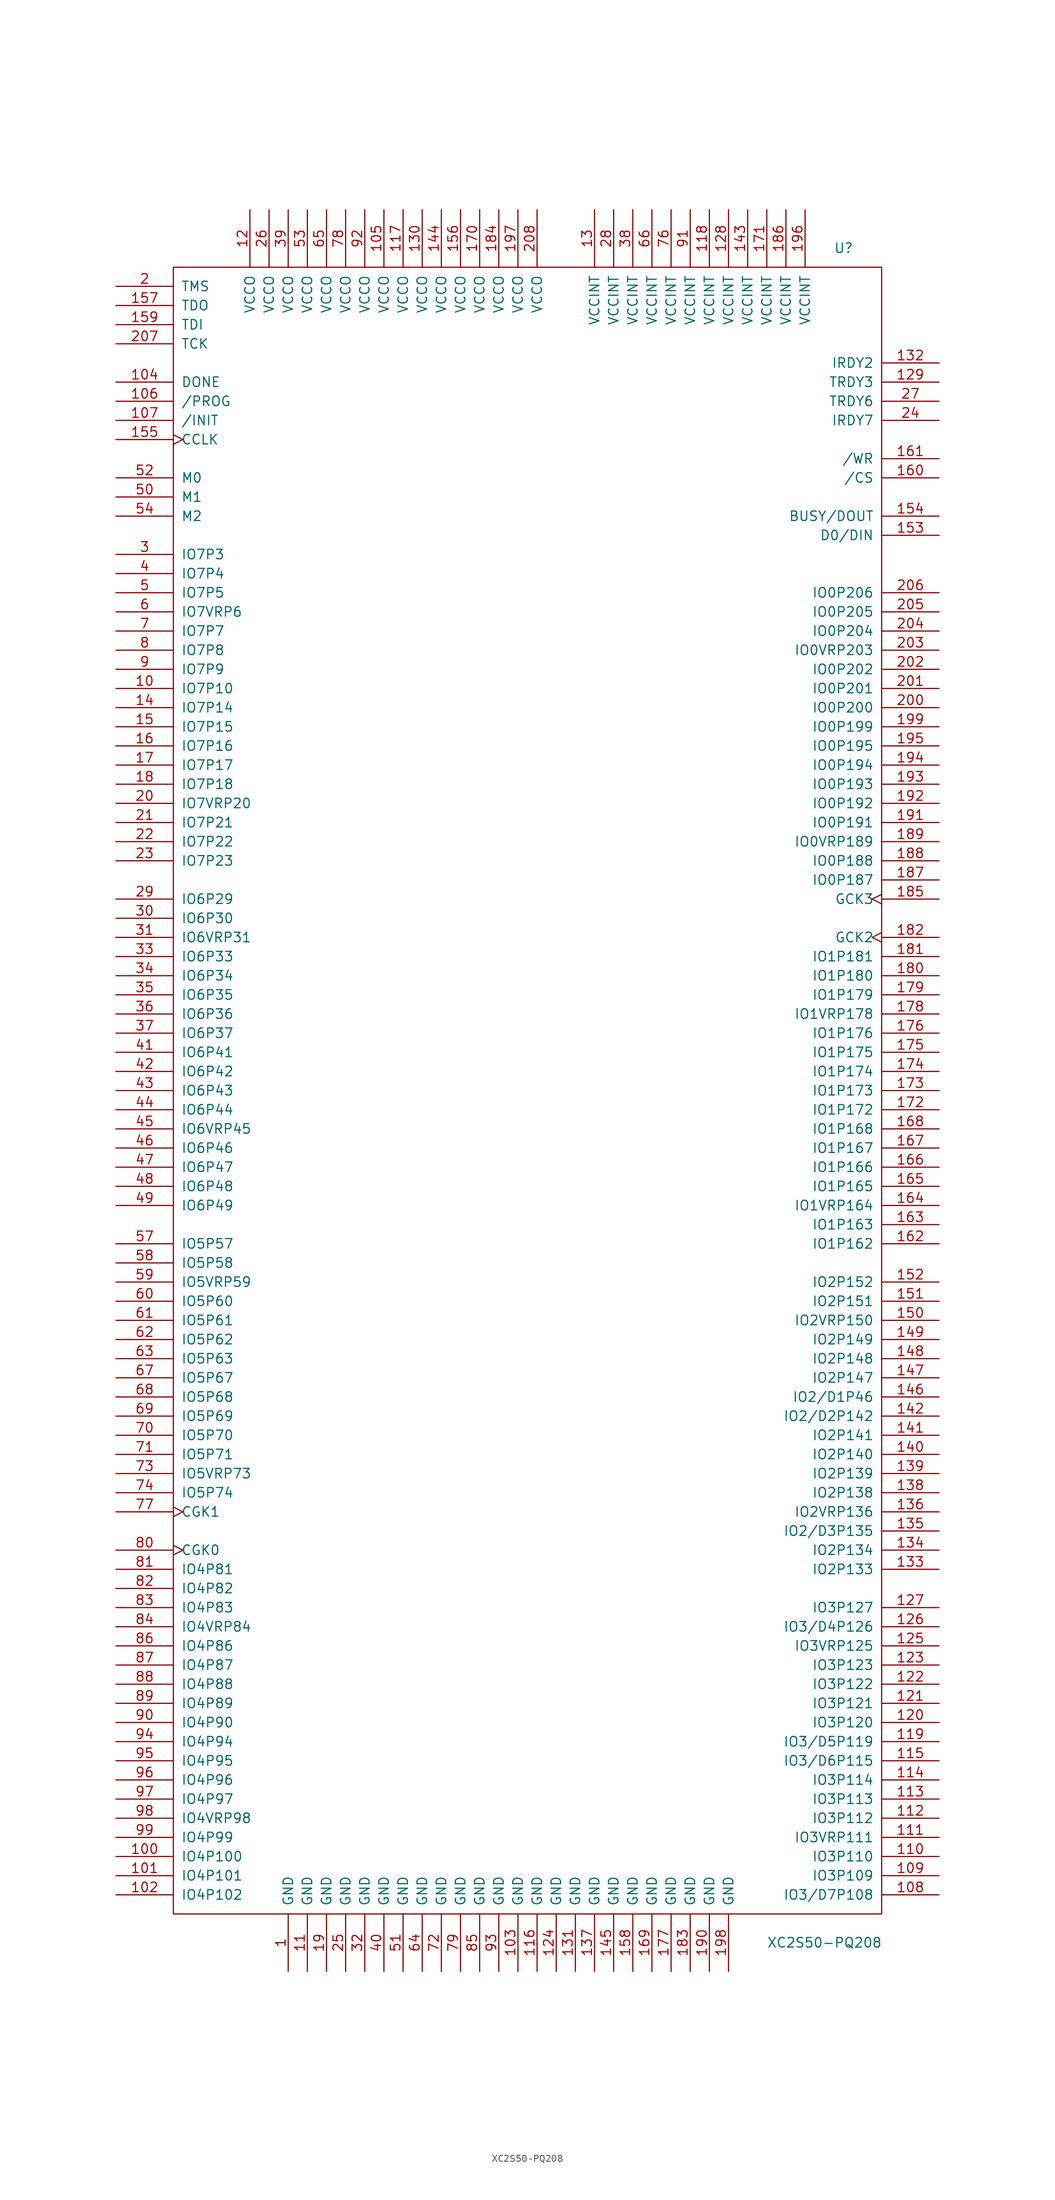
<source format=kicad_sym>
(kicad_symbol_lib
  (version 20201005)
  (generator kicad_symbol_editor)
  (symbol "FPGA_Xilinx:XC2S50-PQ208"
    (pin_names
      (offset 1.016))
    (property "Reference" "U"
      (at 40.64 111.76 0)
      (effects (font (size 1.27 1.27)) (justify left)))
    (property "Value" "XC2S50-PQ208"
      (at 31.75 -113.03 0)
      (effects (font (size 1.27 1.27)) (justify left)))
    (symbol "XC2S50-PQ208_0_1"
      (rectangle (start -46.99 109.22) (end 46.99 -109.22) (stroke (width 0)) (fill (type none))))
    (symbol "XC2S50-PQ208_1_1"
      (pin passive line (at -31.75 -116.84 90) (length 7.62) (name "GND" (effects (font (size 1.27 1.27)))) (number "1" (effects (font (size 1.27 1.27)))))
      (pin bidirectional line (at -54.61 53.34 0) (length 7.62) (name "IO7P10" (effects (font (size 1.27 1.27)))) (number "10" (effects (font (size 1.27 1.27)))))
      (pin bidirectional line (at -54.61 -101.6 0) (length 7.62) (name "IO4P100" (effects (font (size 1.27 1.27)))) (number "100" (effects (font (size 1.27 1.27)))))
      (pin bidirectional line (at -54.61 -104.14 0) (length 7.62) (name "IO4P101" (effects (font (size 1.27 1.27)))) (number "101" (effects (font (size 1.27 1.27)))))
      (pin bidirectional line (at -54.61 -106.68 0) (length 7.62) (name "IO4P102" (effects (font (size 1.27 1.27)))) (number "102" (effects (font (size 1.27 1.27)))))
      (pin passive line (at -1.27 -116.84 90) (length 7.62) (name "GND" (effects (font (size 1.27 1.27)))) (number "103" (effects (font (size 1.27 1.27)))))
      (pin bidirectional line (at -54.61 93.98 0) (length 7.62) (name "DONE" (effects (font (size 1.27 1.27)))) (number "104" (effects (font (size 1.27 1.27)))))
      (pin passive line (at -19.05 116.84 270) (length 7.62) (name "VCCO" (effects (font (size 1.27 1.27)))) (number "105" (effects (font (size 1.27 1.27)))))
      (pin input line (at -54.61 91.44 0) (length 7.62) (name "/PROG" (effects (font (size 1.27 1.27)))) (number "106" (effects (font (size 1.27 1.27)))))
      (pin bidirectional line (at -54.61 88.9 0) (length 7.62) (name "/INIT" (effects (font (size 1.27 1.27)))) (number "107" (effects (font (size 1.27 1.27)))))
      (pin bidirectional line (at 54.61 -106.68 180) (length 7.62) (name "IO3/D7P108" (effects (font (size 1.27 1.27)))) (number "108" (effects (font (size 1.27 1.27)))))
      (pin bidirectional line (at 54.61 -104.14 180) (length 7.62) (name "IO3P109" (effects (font (size 1.27 1.27)))) (number "109" (effects (font (size 1.27 1.27)))))
      (pin passive line (at -29.21 -116.84 90) (length 7.62) (name "GND" (effects (font (size 1.27 1.27)))) (number "11" (effects (font (size 1.27 1.27)))))
      (pin bidirectional line (at 54.61 -101.6 180) (length 7.62) (name "IO3P110" (effects (font (size 1.27 1.27)))) (number "110" (effects (font (size 1.27 1.27)))))
      (pin bidirectional line (at 54.61 -99.06 180) (length 7.62) (name "IO3VRP111" (effects (font (size 1.27 1.27)))) (number "111" (effects (font (size 1.27 1.27)))))
      (pin bidirectional line (at 54.61 -96.52 180) (length 7.62) (name "IO3P112" (effects (font (size 1.27 1.27)))) (number "112" (effects (font (size 1.27 1.27)))))
      (pin bidirectional line (at 54.61 -93.98 180) (length 7.62) (name "IO3P113" (effects (font (size 1.27 1.27)))) (number "113" (effects (font (size 1.27 1.27)))))
      (pin bidirectional line (at 54.61 -91.44 180) (length 7.62) (name "IO3P114" (effects (font (size 1.27 1.27)))) (number "114" (effects (font (size 1.27 1.27)))))
      (pin bidirectional line (at 54.61 -88.9 180) (length 7.62) (name "IO3/D6P115" (effects (font (size 1.27 1.27)))) (number "115" (effects (font (size 1.27 1.27)))))
      (pin passive line (at 1.27 -116.84 90) (length 7.62) (name "GND" (effects (font (size 1.27 1.27)))) (number "116" (effects (font (size 1.27 1.27)))))
      (pin passive line (at -16.51 116.84 270) (length 7.62) (name "VCCO" (effects (font (size 1.27 1.27)))) (number "117" (effects (font (size 1.27 1.27)))))
      (pin passive line (at 24.13 116.84 270) (length 7.62) (name "VCCINT" (effects (font (size 1.27 1.27)))) (number "118" (effects (font (size 1.27 1.27)))))
      (pin bidirectional line (at 54.61 -86.36 180) (length 7.62) (name "IO3/D5P119" (effects (font (size 1.27 1.27)))) (number "119" (effects (font (size 1.27 1.27)))))
      (pin passive line (at -36.83 116.84 270) (length 7.62) (name "VCCO" (effects (font (size 1.27 1.27)))) (number "12" (effects (font (size 1.27 1.27)))))
      (pin bidirectional line (at 54.61 -83.82 180) (length 7.62) (name "IO3P120" (effects (font (size 1.27 1.27)))) (number "120" (effects (font (size 1.27 1.27)))))
      (pin bidirectional line (at 54.61 -81.28 180) (length 7.62) (name "IO3P121" (effects (font (size 1.27 1.27)))) (number "121" (effects (font (size 1.27 1.27)))))
      (pin bidirectional line (at 54.61 -78.74 180) (length 7.62) (name "IO3P122" (effects (font (size 1.27 1.27)))) (number "122" (effects (font (size 1.27 1.27)))))
      (pin bidirectional line (at 54.61 -76.2 180) (length 7.62) (name "IO3P123" (effects (font (size 1.27 1.27)))) (number "123" (effects (font (size 1.27 1.27)))))
      (pin passive line (at 3.81 -116.84 90) (length 7.62) (name "GND" (effects (font (size 1.27 1.27)))) (number "124" (effects (font (size 1.27 1.27)))))
      (pin bidirectional line (at 54.61 -73.66 180) (length 7.62) (name "IO3VRP125" (effects (font (size 1.27 1.27)))) (number "125" (effects (font (size 1.27 1.27)))))
      (pin bidirectional line (at 54.61 -71.12 180) (length 7.62) (name "IO3/D4P126" (effects (font (size 1.27 1.27)))) (number "126" (effects (font (size 1.27 1.27)))))
      (pin bidirectional line (at 54.61 -68.58 180) (length 7.62) (name "IO3P127" (effects (font (size 1.27 1.27)))) (number "127" (effects (font (size 1.27 1.27)))))
      (pin passive line (at 26.67 116.84 270) (length 7.62) (name "VCCINT" (effects (font (size 1.27 1.27)))) (number "128" (effects (font (size 1.27 1.27)))))
      (pin bidirectional line (at 54.61 93.98 180) (length 7.62) (name "TRDY3" (effects (font (size 1.27 1.27)))) (number "129" (effects (font (size 1.27 1.27)))))
      (pin passive line (at 8.89 116.84 270) (length 7.62) (name "VCCINT" (effects (font (size 1.27 1.27)))) (number "13" (effects (font (size 1.27 1.27)))))
      (pin passive line (at -13.97 116.84 270) (length 7.62) (name "VCCO" (effects (font (size 1.27 1.27)))) (number "130" (effects (font (size 1.27 1.27)))))
      (pin passive line (at 6.35 -116.84 90) (length 7.62) (name "GND" (effects (font (size 1.27 1.27)))) (number "131" (effects (font (size 1.27 1.27)))))
      (pin bidirectional line (at 54.61 96.52 180) (length 7.62) (name "IRDY2" (effects (font (size 1.27 1.27)))) (number "132" (effects (font (size 1.27 1.27)))))
      (pin bidirectional line (at 54.61 -63.5 180) (length 7.62) (name "IO2P133" (effects (font (size 1.27 1.27)))) (number "133" (effects (font (size 1.27 1.27)))))
      (pin bidirectional line (at 54.61 -60.96 180) (length 7.62) (name "IO2P134" (effects (font (size 1.27 1.27)))) (number "134" (effects (font (size 1.27 1.27)))))
      (pin bidirectional line (at 54.61 -58.42 180) (length 7.62) (name "IO2/D3P135" (effects (font (size 1.27 1.27)))) (number "135" (effects (font (size 1.27 1.27)))))
      (pin bidirectional line (at 54.61 -55.88 180) (length 7.62) (name "IO2VRP136" (effects (font (size 1.27 1.27)))) (number "136" (effects (font (size 1.27 1.27)))))
      (pin passive line (at 8.89 -116.84 90) (length 7.62) (name "GND" (effects (font (size 1.27 1.27)))) (number "137" (effects (font (size 1.27 1.27)))))
      (pin bidirectional line (at 54.61 -53.34 180) (length 7.62) (name "IO2P138" (effects (font (size 1.27 1.27)))) (number "138" (effects (font (size 1.27 1.27)))))
      (pin bidirectional line (at 54.61 -50.8 180) (length 7.62) (name "IO2P139" (effects (font (size 1.27 1.27)))) (number "139" (effects (font (size 1.27 1.27)))))
      (pin bidirectional line (at -54.61 50.8 0) (length 7.62) (name "IO7P14" (effects (font (size 1.27 1.27)))) (number "14" (effects (font (size 1.27 1.27)))))
      (pin bidirectional line (at 54.61 -48.26 180) (length 7.62) (name "IO2P140" (effects (font (size 1.27 1.27)))) (number "140" (effects (font (size 1.27 1.27)))))
      (pin bidirectional line (at 54.61 -45.72 180) (length 7.62) (name "IO2P141" (effects (font (size 1.27 1.27)))) (number "141" (effects (font (size 1.27 1.27)))))
      (pin bidirectional line (at 54.61 -43.18 180) (length 7.62) (name "IO2/D2P142" (effects (font (size 1.27 1.27)))) (number "142" (effects (font (size 1.27 1.27)))))
      (pin passive line (at 29.21 116.84 270) (length 7.62) (name "VCCINT" (effects (font (size 1.27 1.27)))) (number "143" (effects (font (size 1.27 1.27)))))
      (pin passive line (at -11.43 116.84 270) (length 7.62) (name "VCCO" (effects (font (size 1.27 1.27)))) (number "144" (effects (font (size 1.27 1.27)))))
      (pin passive line (at 11.43 -116.84 90) (length 7.62) (name "GND" (effects (font (size 1.27 1.27)))) (number "145" (effects (font (size 1.27 1.27)))))
      (pin bidirectional line (at 54.61 -40.64 180) (length 7.62) (name "IO2/D1P46" (effects (font (size 1.27 1.27)))) (number "146" (effects (font (size 1.27 1.27)))))
      (pin bidirectional line (at 54.61 -38.1 180) (length 7.62) (name "IO2P147" (effects (font (size 1.27 1.27)))) (number "147" (effects (font (size 1.27 1.27)))))
      (pin bidirectional line (at 54.61 -35.56 180) (length 7.62) (name "IO2P148" (effects (font (size 1.27 1.27)))) (number "148" (effects (font (size 1.27 1.27)))))
      (pin bidirectional line (at 54.61 -33.02 180) (length 7.62) (name "IO2P149" (effects (font (size 1.27 1.27)))) (number "149" (effects (font (size 1.27 1.27)))))
      (pin bidirectional line (at -54.61 48.26 0) (length 7.62) (name "IO7P15" (effects (font (size 1.27 1.27)))) (number "15" (effects (font (size 1.27 1.27)))))
      (pin bidirectional line (at 54.61 -30.48 180) (length 7.62) (name "IO2VRP150" (effects (font (size 1.27 1.27)))) (number "150" (effects (font (size 1.27 1.27)))))
      (pin bidirectional line (at 54.61 -27.94 180) (length 7.62) (name "IO2P151" (effects (font (size 1.27 1.27)))) (number "151" (effects (font (size 1.27 1.27)))))
      (pin bidirectional line (at 54.61 -25.4 180) (length 7.62) (name "IO2P152" (effects (font (size 1.27 1.27)))) (number "152" (effects (font (size 1.27 1.27)))))
      (pin bidirectional line (at 54.61 73.66 180) (length 7.62) (name "D0/DIN" (effects (font (size 1.27 1.27)))) (number "153" (effects (font (size 1.27 1.27)))))
      (pin bidirectional line (at 54.61 76.2 180) (length 7.62) (name "BUSY/DOUT" (effects (font (size 1.27 1.27)))) (number "154" (effects (font (size 1.27 1.27)))))
      (pin bidirectional clock (at -54.61 86.36 0) (length 7.62) (name "CCLK" (effects (font (size 1.27 1.27)))) (number "155" (effects (font (size 1.27 1.27)))))
      (pin passive line (at -8.89 116.84 270) (length 7.62) (name "VCCO" (effects (font (size 1.27 1.27)))) (number "156" (effects (font (size 1.27 1.27)))))
      (pin bidirectional line (at -54.61 104.14 0) (length 7.62) (name "TDO" (effects (font (size 1.27 1.27)))) (number "157" (effects (font (size 1.27 1.27)))))
      (pin passive line (at 13.97 -116.84 90) (length 7.62) (name "GND" (effects (font (size 1.27 1.27)))) (number "158" (effects (font (size 1.27 1.27)))))
      (pin bidirectional line (at -54.61 101.6 0) (length 7.62) (name "TDI" (effects (font (size 1.27 1.27)))) (number "159" (effects (font (size 1.27 1.27)))))
      (pin bidirectional line (at -54.61 45.72 0) (length 7.62) (name "IO7P16" (effects (font (size 1.27 1.27)))) (number "16" (effects (font (size 1.27 1.27)))))
      (pin bidirectional line (at 54.61 81.28 180) (length 7.62) (name "/CS" (effects (font (size 1.27 1.27)))) (number "160" (effects (font (size 1.27 1.27)))))
      (pin bidirectional line (at 54.61 83.82 180) (length 7.62) (name "/WR" (effects (font (size 1.27 1.27)))) (number "161" (effects (font (size 1.27 1.27)))))
      (pin bidirectional line (at 54.61 -20.32 180) (length 7.62) (name "IO1P162" (effects (font (size 1.27 1.27)))) (number "162" (effects (font (size 1.27 1.27)))))
      (pin bidirectional line (at 54.61 -17.78 180) (length 7.62) (name "IO1P163" (effects (font (size 1.27 1.27)))) (number "163" (effects (font (size 1.27 1.27)))))
      (pin bidirectional line (at 54.61 -15.24 180) (length 7.62) (name "IO1VRP164" (effects (font (size 1.27 1.27)))) (number "164" (effects (font (size 1.27 1.27)))))
      (pin bidirectional line (at 54.61 -12.7 180) (length 7.62) (name "IO1P165" (effects (font (size 1.27 1.27)))) (number "165" (effects (font (size 1.27 1.27)))))
      (pin bidirectional line (at 54.61 -10.16 180) (length 7.62) (name "IO1P166" (effects (font (size 1.27 1.27)))) (number "166" (effects (font (size 1.27 1.27)))))
      (pin bidirectional line (at 54.61 -7.62 180) (length 7.62) (name "IO1P167" (effects (font (size 1.27 1.27)))) (number "167" (effects (font (size 1.27 1.27)))))
      (pin bidirectional line (at 54.61 -5.08 180) (length 7.62) (name "IO1P168" (effects (font (size 1.27 1.27)))) (number "168" (effects (font (size 1.27 1.27)))))
      (pin passive line (at 16.51 -116.84 90) (length 7.62) (name "GND" (effects (font (size 1.27 1.27)))) (number "169" (effects (font (size 1.27 1.27)))))
      (pin bidirectional line (at -54.61 43.18 0) (length 7.62) (name "IO7P17" (effects (font (size 1.27 1.27)))) (number "17" (effects (font (size 1.27 1.27)))))
      (pin passive line (at -6.35 116.84 270) (length 7.62) (name "VCCO" (effects (font (size 1.27 1.27)))) (number "170" (effects (font (size 1.27 1.27)))))
      (pin passive line (at 31.75 116.84 270) (length 7.62) (name "VCCINT" (effects (font (size 1.27 1.27)))) (number "171" (effects (font (size 1.27 1.27)))))
      (pin bidirectional line (at 54.61 -2.54 180) (length 7.62) (name "IO1P172" (effects (font (size 1.27 1.27)))) (number "172" (effects (font (size 1.27 1.27)))))
      (pin bidirectional line (at 54.61 0 180) (length 7.62) (name "IO1P173" (effects (font (size 1.27 1.27)))) (number "173" (effects (font (size 1.27 1.27)))))
      (pin bidirectional line (at 54.61 2.54 180) (length 7.62) (name "IO1P174" (effects (font (size 1.27 1.27)))) (number "174" (effects (font (size 1.27 1.27)))))
      (pin bidirectional line (at 54.61 5.08 180) (length 7.62) (name "IO1P175" (effects (font (size 1.27 1.27)))) (number "175" (effects (font (size 1.27 1.27)))))
      (pin bidirectional line (at 54.61 7.62 180) (length 7.62) (name "IO1P176" (effects (font (size 1.27 1.27)))) (number "176" (effects (font (size 1.27 1.27)))))
      (pin passive line (at 19.05 -116.84 90) (length 7.62) (name "GND" (effects (font (size 1.27 1.27)))) (number "177" (effects (font (size 1.27 1.27)))))
      (pin bidirectional line (at 54.61 10.16 180) (length 7.62) (name "IO1VRP178" (effects (font (size 1.27 1.27)))) (number "178" (effects (font (size 1.27 1.27)))))
      (pin bidirectional line (at 54.61 12.7 180) (length 7.62) (name "IO1P179" (effects (font (size 1.27 1.27)))) (number "179" (effects (font (size 1.27 1.27)))))
      (pin bidirectional line (at -54.61 40.64 0) (length 7.62) (name "IO7P18" (effects (font (size 1.27 1.27)))) (number "18" (effects (font (size 1.27 1.27)))))
      (pin bidirectional line (at 54.61 15.24 180) (length 7.62) (name "IO1P180" (effects (font (size 1.27 1.27)))) (number "180" (effects (font (size 1.27 1.27)))))
      (pin bidirectional line (at 54.61 17.78 180) (length 7.62) (name "IO1P181" (effects (font (size 1.27 1.27)))) (number "181" (effects (font (size 1.27 1.27)))))
      (pin input clock (at 54.61 20.32 180) (length 7.62) (name "GCK2" (effects (font (size 1.27 1.27)))) (number "182" (effects (font (size 1.27 1.27)))))
      (pin passive line (at 21.59 -116.84 90) (length 7.62) (name "GND" (effects (font (size 1.27 1.27)))) (number "183" (effects (font (size 1.27 1.27)))))
      (pin passive line (at -3.81 116.84 270) (length 7.62) (name "VCCO" (effects (font (size 1.27 1.27)))) (number "184" (effects (font (size 1.27 1.27)))))
      (pin input clock (at 54.61 25.4 180) (length 7.62) (name "GCK3" (effects (font (size 1.27 1.27)))) (number "185" (effects (font (size 1.27 1.27)))))
      (pin passive line (at 34.29 116.84 270) (length 7.62) (name "VCCINT" (effects (font (size 1.27 1.27)))) (number "186" (effects (font (size 1.27 1.27)))))
      (pin bidirectional line (at 54.61 27.94 180) (length 7.62) (name "IO0P187" (effects (font (size 1.27 1.27)))) (number "187" (effects (font (size 1.27 1.27)))))
      (pin bidirectional line (at 54.61 30.48 180) (length 7.62) (name "IO0P188" (effects (font (size 1.27 1.27)))) (number "188" (effects (font (size 1.27 1.27)))))
      (pin bidirectional line (at 54.61 33.02 180) (length 7.62) (name "IO0VRP189" (effects (font (size 1.27 1.27)))) (number "189" (effects (font (size 1.27 1.27)))))
      (pin passive line (at -26.67 -116.84 90) (length 7.62) (name "GND" (effects (font (size 1.27 1.27)))) (number "19" (effects (font (size 1.27 1.27)))))
      (pin passive line (at 24.13 -116.84 90) (length 7.62) (name "GND" (effects (font (size 1.27 1.27)))) (number "190" (effects (font (size 1.27 1.27)))))
      (pin bidirectional line (at 54.61 35.56 180) (length 7.62) (name "IO0P191" (effects (font (size 1.27 1.27)))) (number "191" (effects (font (size 1.27 1.27)))))
      (pin bidirectional line (at 54.61 38.1 180) (length 7.62) (name "IO0P192" (effects (font (size 1.27 1.27)))) (number "192" (effects (font (size 1.27 1.27)))))
      (pin bidirectional line (at 54.61 40.64 180) (length 7.62) (name "IO0P193" (effects (font (size 1.27 1.27)))) (number "193" (effects (font (size 1.27 1.27)))))
      (pin bidirectional line (at 54.61 43.18 180) (length 7.62) (name "IO0P194" (effects (font (size 1.27 1.27)))) (number "194" (effects (font (size 1.27 1.27)))))
      (pin bidirectional line (at 54.61 45.72 180) (length 7.62) (name "IO0P195" (effects (font (size 1.27 1.27)))) (number "195" (effects (font (size 1.27 1.27)))))
      (pin passive line (at 36.83 116.84 270) (length 7.62) (name "VCCINT" (effects (font (size 1.27 1.27)))) (number "196" (effects (font (size 1.27 1.27)))))
      (pin passive line (at -1.27 116.84 270) (length 7.62) (name "VCCO" (effects (font (size 1.27 1.27)))) (number "197" (effects (font (size 1.27 1.27)))))
      (pin passive line (at 26.67 -116.84 90) (length 7.62) (name "GND" (effects (font (size 1.27 1.27)))) (number "198" (effects (font (size 1.27 1.27)))))
      (pin bidirectional line (at 54.61 48.26 180) (length 7.62) (name "IO0P199" (effects (font (size 1.27 1.27)))) (number "199" (effects (font (size 1.27 1.27)))))
      (pin bidirectional line (at -54.61 106.68 0) (length 7.62) (name "TMS" (effects (font (size 1.27 1.27)))) (number "2" (effects (font (size 1.27 1.27)))))
      (pin bidirectional line (at -54.61 38.1 0) (length 7.62) (name "IO7VRP20" (effects (font (size 1.27 1.27)))) (number "20" (effects (font (size 1.27 1.27)))))
      (pin bidirectional line (at 54.61 50.8 180) (length 7.62) (name "IO0P200" (effects (font (size 1.27 1.27)))) (number "200" (effects (font (size 1.27 1.27)))))
      (pin bidirectional line (at 54.61 53.34 180) (length 7.62) (name "IO0P201" (effects (font (size 1.27 1.27)))) (number "201" (effects (font (size 1.27 1.27)))))
      (pin bidirectional line (at 54.61 55.88 180) (length 7.62) (name "IO0P202" (effects (font (size 1.27 1.27)))) (number "202" (effects (font (size 1.27 1.27)))))
      (pin bidirectional line (at 54.61 58.42 180) (length 7.62) (name "IO0VRP203" (effects (font (size 1.27 1.27)))) (number "203" (effects (font (size 1.27 1.27)))))
      (pin bidirectional line (at 54.61 60.96 180) (length 7.62) (name "IO0P204" (effects (font (size 1.27 1.27)))) (number "204" (effects (font (size 1.27 1.27)))))
      (pin bidirectional line (at 54.61 63.5 180) (length 7.62) (name "IO0P205" (effects (font (size 1.27 1.27)))) (number "205" (effects (font (size 1.27 1.27)))))
      (pin bidirectional line (at 54.61 66.04 180) (length 7.62) (name "IO0P206" (effects (font (size 1.27 1.27)))) (number "206" (effects (font (size 1.27 1.27)))))
      (pin bidirectional line (at -54.61 99.06 0) (length 7.62) (name "TCK" (effects (font (size 1.27 1.27)))) (number "207" (effects (font (size 1.27 1.27)))))
      (pin passive line (at 1.27 116.84 270) (length 7.62) (name "VCCO" (effects (font (size 1.27 1.27)))) (number "208" (effects (font (size 1.27 1.27)))))
      (pin bidirectional line (at -54.61 35.56 0) (length 7.62) (name "IO7P21" (effects (font (size 1.27 1.27)))) (number "21" (effects (font (size 1.27 1.27)))))
      (pin bidirectional line (at -54.61 33.02 0) (length 7.62) (name "IO7P22" (effects (font (size 1.27 1.27)))) (number "22" (effects (font (size 1.27 1.27)))))
      (pin bidirectional line (at -54.61 30.48 0) (length 7.62) (name "IO7P23" (effects (font (size 1.27 1.27)))) (number "23" (effects (font (size 1.27 1.27)))))
      (pin bidirectional line (at 54.61 88.9 180) (length 7.62) (name "IRDY7" (effects (font (size 1.27 1.27)))) (number "24" (effects (font (size 1.27 1.27)))))
      (pin passive line (at -24.13 -116.84 90) (length 7.62) (name "GND" (effects (font (size 1.27 1.27)))) (number "25" (effects (font (size 1.27 1.27)))))
      (pin passive line (at -34.29 116.84 270) (length 7.62) (name "VCCO" (effects (font (size 1.27 1.27)))) (number "26" (effects (font (size 1.27 1.27)))))
      (pin bidirectional line (at 54.61 91.44 180) (length 7.62) (name "TRDY6" (effects (font (size 1.27 1.27)))) (number "27" (effects (font (size 1.27 1.27)))))
      (pin passive line (at 11.43 116.84 270) (length 7.62) (name "VCCINT" (effects (font (size 1.27 1.27)))) (number "28" (effects (font (size 1.27 1.27)))))
      (pin bidirectional line (at -54.61 25.4 0) (length 7.62) (name "IO6P29" (effects (font (size 1.27 1.27)))) (number "29" (effects (font (size 1.27 1.27)))))
      (pin bidirectional line (at -54.61 71.12 0) (length 7.62) (name "IO7P3" (effects (font (size 1.27 1.27)))) (number "3" (effects (font (size 1.27 1.27)))))
      (pin bidirectional line (at -54.61 22.86 0) (length 7.62) (name "IO6P30" (effects (font (size 1.27 1.27)))) (number "30" (effects (font (size 1.27 1.27)))))
      (pin bidirectional line (at -54.61 20.32 0) (length 7.62) (name "IO6VRP31" (effects (font (size 1.27 1.27)))) (number "31" (effects (font (size 1.27 1.27)))))
      (pin passive line (at -21.59 -116.84 90) (length 7.62) (name "GND" (effects (font (size 1.27 1.27)))) (number "32" (effects (font (size 1.27 1.27)))))
      (pin bidirectional line (at -54.61 17.78 0) (length 7.62) (name "IO6P33" (effects (font (size 1.27 1.27)))) (number "33" (effects (font (size 1.27 1.27)))))
      (pin bidirectional line (at -54.61 15.24 0) (length 7.62) (name "IO6P34" (effects (font (size 1.27 1.27)))) (number "34" (effects (font (size 1.27 1.27)))))
      (pin bidirectional line (at -54.61 12.7 0) (length 7.62) (name "IO6P35" (effects (font (size 1.27 1.27)))) (number "35" (effects (font (size 1.27 1.27)))))
      (pin bidirectional line (at -54.61 10.16 0) (length 7.62) (name "IO6P36" (effects (font (size 1.27 1.27)))) (number "36" (effects (font (size 1.27 1.27)))))
      (pin bidirectional line (at -54.61 7.62 0) (length 7.62) (name "IO6P37" (effects (font (size 1.27 1.27)))) (number "37" (effects (font (size 1.27 1.27)))))
      (pin passive line (at 13.97 116.84 270) (length 7.62) (name "VCCINT" (effects (font (size 1.27 1.27)))) (number "38" (effects (font (size 1.27 1.27)))))
      (pin passive line (at -31.75 116.84 270) (length 7.62) (name "VCCO" (effects (font (size 1.27 1.27)))) (number "39" (effects (font (size 1.27 1.27)))))
      (pin bidirectional line (at -54.61 68.58 0) (length 7.62) (name "IO7P4" (effects (font (size 1.27 1.27)))) (number "4" (effects (font (size 1.27 1.27)))))
      (pin passive line (at -19.05 -116.84 90) (length 7.62) (name "GND" (effects (font (size 1.27 1.27)))) (number "40" (effects (font (size 1.27 1.27)))))
      (pin bidirectional line (at -54.61 5.08 0) (length 7.62) (name "IO6P41" (effects (font (size 1.27 1.27)))) (number "41" (effects (font (size 1.27 1.27)))))
      (pin bidirectional line (at -54.61 2.54 0) (length 7.62) (name "IO6P42" (effects (font (size 1.27 1.27)))) (number "42" (effects (font (size 1.27 1.27)))))
      (pin bidirectional line (at -54.61 0 0) (length 7.62) (name "IO6P43" (effects (font (size 1.27 1.27)))) (number "43" (effects (font (size 1.27 1.27)))))
      (pin bidirectional line (at -54.61 -2.54 0) (length 7.62) (name "IO6P44" (effects (font (size 1.27 1.27)))) (number "44" (effects (font (size 1.27 1.27)))))
      (pin bidirectional line (at -54.61 -5.08 0) (length 7.62) (name "IO6VRP45" (effects (font (size 1.27 1.27)))) (number "45" (effects (font (size 1.27 1.27)))))
      (pin bidirectional line (at -54.61 -7.62 0) (length 7.62) (name "IO6P46" (effects (font (size 1.27 1.27)))) (number "46" (effects (font (size 1.27 1.27)))))
      (pin bidirectional line (at -54.61 -10.16 0) (length 7.62) (name "IO6P47" (effects (font (size 1.27 1.27)))) (number "47" (effects (font (size 1.27 1.27)))))
      (pin bidirectional line (at -54.61 -12.7 0) (length 7.62) (name "IO6P48" (effects (font (size 1.27 1.27)))) (number "48" (effects (font (size 1.27 1.27)))))
      (pin bidirectional line (at -54.61 -15.24 0) (length 7.62) (name "IO6P49" (effects (font (size 1.27 1.27)))) (number "49" (effects (font (size 1.27 1.27)))))
      (pin bidirectional line (at -54.61 66.04 0) (length 7.62) (name "IO7P5" (effects (font (size 1.27 1.27)))) (number "5" (effects (font (size 1.27 1.27)))))
      (pin input line (at -54.61 78.74 0) (length 7.62) (name "M1" (effects (font (size 1.27 1.27)))) (number "50" (effects (font (size 1.27 1.27)))))
      (pin passive line (at -16.51 -116.84 90) (length 7.62) (name "GND" (effects (font (size 1.27 1.27)))) (number "51" (effects (font (size 1.27 1.27)))))
      (pin input line (at -54.61 81.28 0) (length 7.62) (name "M0" (effects (font (size 1.27 1.27)))) (number "52" (effects (font (size 1.27 1.27)))))
      (pin passive line (at -29.21 116.84 270) (length 7.62) (name "VCCO" (effects (font (size 1.27 1.27)))) (number "53" (effects (font (size 1.27 1.27)))))
      (pin input line (at -54.61 76.2 0) (length 7.62) (name "M2" (effects (font (size 1.27 1.27)))) (number "54" (effects (font (size 1.27 1.27)))))
      (pin bidirectional line (at -54.61 -20.32 0) (length 7.62) (name "IO5P57" (effects (font (size 1.27 1.27)))) (number "57" (effects (font (size 1.27 1.27)))))
      (pin bidirectional line (at -54.61 -22.86 0) (length 7.62) (name "IO5P58" (effects (font (size 1.27 1.27)))) (number "58" (effects (font (size 1.27 1.27)))))
      (pin bidirectional line (at -54.61 -25.4 0) (length 7.62) (name "IO5VRP59" (effects (font (size 1.27 1.27)))) (number "59" (effects (font (size 1.27 1.27)))))
      (pin bidirectional line (at -54.61 63.5 0) (length 7.62) (name "IO7VRP6" (effects (font (size 1.27 1.27)))) (number "6" (effects (font (size 1.27 1.27)))))
      (pin bidirectional line (at -54.61 -27.94 0) (length 7.62) (name "IO5P60" (effects (font (size 1.27 1.27)))) (number "60" (effects (font (size 1.27 1.27)))))
      (pin bidirectional line (at -54.61 -30.48 0) (length 7.62) (name "IO5P61" (effects (font (size 1.27 1.27)))) (number "61" (effects (font (size 1.27 1.27)))))
      (pin bidirectional line (at -54.61 -33.02 0) (length 7.62) (name "IO5P62" (effects (font (size 1.27 1.27)))) (number "62" (effects (font (size 1.27 1.27)))))
      (pin bidirectional line (at -54.61 -35.56 0) (length 7.62) (name "IO5P63" (effects (font (size 1.27 1.27)))) (number "63" (effects (font (size 1.27 1.27)))))
      (pin passive line (at -13.97 -116.84 90) (length 7.62) (name "GND" (effects (font (size 1.27 1.27)))) (number "64" (effects (font (size 1.27 1.27)))))
      (pin passive line (at -26.67 116.84 270) (length 7.62) (name "VCCO" (effects (font (size 1.27 1.27)))) (number "65" (effects (font (size 1.27 1.27)))))
      (pin passive line (at 16.51 116.84 270) (length 7.62) (name "VCCINT" (effects (font (size 1.27 1.27)))) (number "66" (effects (font (size 1.27 1.27)))))
      (pin bidirectional line (at -54.61 -38.1 0) (length 7.62) (name "IO5P67" (effects (font (size 1.27 1.27)))) (number "67" (effects (font (size 1.27 1.27)))))
      (pin bidirectional line (at -54.61 -40.64 0) (length 7.62) (name "IO5P68" (effects (font (size 1.27 1.27)))) (number "68" (effects (font (size 1.27 1.27)))))
      (pin bidirectional line (at -54.61 -43.18 0) (length 7.62) (name "IO5P69" (effects (font (size 1.27 1.27)))) (number "69" (effects (font (size 1.27 1.27)))))
      (pin bidirectional line (at -54.61 60.96 0) (length 7.62) (name "IO7P7" (effects (font (size 1.27 1.27)))) (number "7" (effects (font (size 1.27 1.27)))))
      (pin bidirectional line (at -54.61 -45.72 0) (length 7.62) (name "IO5P70" (effects (font (size 1.27 1.27)))) (number "70" (effects (font (size 1.27 1.27)))))
      (pin bidirectional line (at -54.61 -48.26 0) (length 7.62) (name "IO5P71" (effects (font (size 1.27 1.27)))) (number "71" (effects (font (size 1.27 1.27)))))
      (pin passive line (at -11.43 -116.84 90) (length 7.62) (name "GND" (effects (font (size 1.27 1.27)))) (number "72" (effects (font (size 1.27 1.27)))))
      (pin bidirectional line (at -54.61 -50.8 0) (length 7.62) (name "IO5VRP73" (effects (font (size 1.27 1.27)))) (number "73" (effects (font (size 1.27 1.27)))))
      (pin bidirectional line (at -54.61 -53.34 0) (length 7.62) (name "IO5P74" (effects (font (size 1.27 1.27)))) (number "74" (effects (font (size 1.27 1.27)))))
      (pin passive line (at 19.05 116.84 270) (length 7.62) (name "VCCINT" (effects (font (size 1.27 1.27)))) (number "76" (effects (font (size 1.27 1.27)))))
      (pin input clock (at -54.61 -55.88 0) (length 7.62) (name "CGK1" (effects (font (size 1.27 1.27)))) (number "77" (effects (font (size 1.27 1.27)))))
      (pin passive line (at -24.13 116.84 270) (length 7.62) (name "VCCO" (effects (font (size 1.27 1.27)))) (number "78" (effects (font (size 1.27 1.27)))))
      (pin passive line (at -8.89 -116.84 90) (length 7.62) (name "GND" (effects (font (size 1.27 1.27)))) (number "79" (effects (font (size 1.27 1.27)))))
      (pin bidirectional line (at -54.61 58.42 0) (length 7.62) (name "IO7P8" (effects (font (size 1.27 1.27)))) (number "8" (effects (font (size 1.27 1.27)))))
      (pin input clock (at -54.61 -60.96 0) (length 7.62) (name "CGK0" (effects (font (size 1.27 1.27)))) (number "80" (effects (font (size 1.27 1.27)))))
      (pin bidirectional line (at -54.61 -63.5 0) (length 7.62) (name "IO4P81" (effects (font (size 1.27 1.27)))) (number "81" (effects (font (size 1.27 1.27)))))
      (pin bidirectional line (at -54.61 -66.04 0) (length 7.62) (name "IO4P82" (effects (font (size 1.27 1.27)))) (number "82" (effects (font (size 1.27 1.27)))))
      (pin bidirectional line (at -54.61 -68.58 0) (length 7.62) (name "IO4P83" (effects (font (size 1.27 1.27)))) (number "83" (effects (font (size 1.27 1.27)))))
      (pin bidirectional line (at -54.61 -71.12 0) (length 7.62) (name "IO4VRP84" (effects (font (size 1.27 1.27)))) (number "84" (effects (font (size 1.27 1.27)))))
      (pin passive line (at -6.35 -116.84 90) (length 7.62) (name "GND" (effects (font (size 1.27 1.27)))) (number "85" (effects (font (size 1.27 1.27)))))
      (pin bidirectional line (at -54.61 -73.66 0) (length 7.62) (name "IO4P86" (effects (font (size 1.27 1.27)))) (number "86" (effects (font (size 1.27 1.27)))))
      (pin bidirectional line (at -54.61 -76.2 0) (length 7.62) (name "IO4P87" (effects (font (size 1.27 1.27)))) (number "87" (effects (font (size 1.27 1.27)))))
      (pin bidirectional line (at -54.61 -78.74 0) (length 7.62) (name "IO4P88" (effects (font (size 1.27 1.27)))) (number "88" (effects (font (size 1.27 1.27)))))
      (pin bidirectional line (at -54.61 -81.28 0) (length 7.62) (name "IO4P89" (effects (font (size 1.27 1.27)))) (number "89" (effects (font (size 1.27 1.27)))))
      (pin bidirectional line (at -54.61 55.88 0) (length 7.62) (name "IO7P9" (effects (font (size 1.27 1.27)))) (number "9" (effects (font (size 1.27 1.27)))))
      (pin bidirectional line (at -54.61 -83.82 0) (length 7.62) (name "IO4P90" (effects (font (size 1.27 1.27)))) (number "90" (effects (font (size 1.27 1.27)))))
      (pin passive line (at 21.59 116.84 270) (length 7.62) (name "VCCINT" (effects (font (size 1.27 1.27)))) (number "91" (effects (font (size 1.27 1.27)))))
      (pin passive line (at -21.59 116.84 270) (length 7.62) (name "VCCO" (effects (font (size 1.27 1.27)))) (number "92" (effects (font (size 1.27 1.27)))))
      (pin passive line (at -3.81 -116.84 90) (length 7.62) (name "GND" (effects (font (size 1.27 1.27)))) (number "93" (effects (font (size 1.27 1.27)))))
      (pin bidirectional line (at -54.61 -86.36 0) (length 7.62) (name "IO4P94" (effects (font (size 1.27 1.27)))) (number "94" (effects (font (size 1.27 1.27)))))
      (pin bidirectional line (at -54.61 -88.9 0) (length 7.62) (name "IO4P95" (effects (font (size 1.27 1.27)))) (number "95" (effects (font (size 1.27 1.27)))))
      (pin bidirectional line (at -54.61 -91.44 0) (length 7.62) (name "IO4P96" (effects (font (size 1.27 1.27)))) (number "96" (effects (font (size 1.27 1.27)))))
      (pin bidirectional line (at -54.61 -93.98 0) (length 7.62) (name "IO4P97" (effects (font (size 1.27 1.27)))) (number "97" (effects (font (size 1.27 1.27)))))
      (pin bidirectional line (at -54.61 -96.52 0) (length 7.62) (name "IO4VRP98" (effects (font (size 1.27 1.27)))) (number "98" (effects (font (size 1.27 1.27)))))
      (pin bidirectional line (at -54.61 -99.06 0) (length 7.62) (name "IO4P99" (effects (font (size 1.27 1.27)))) (number "99" (effects (font (size 1.27 1.27))))))))
</source>
